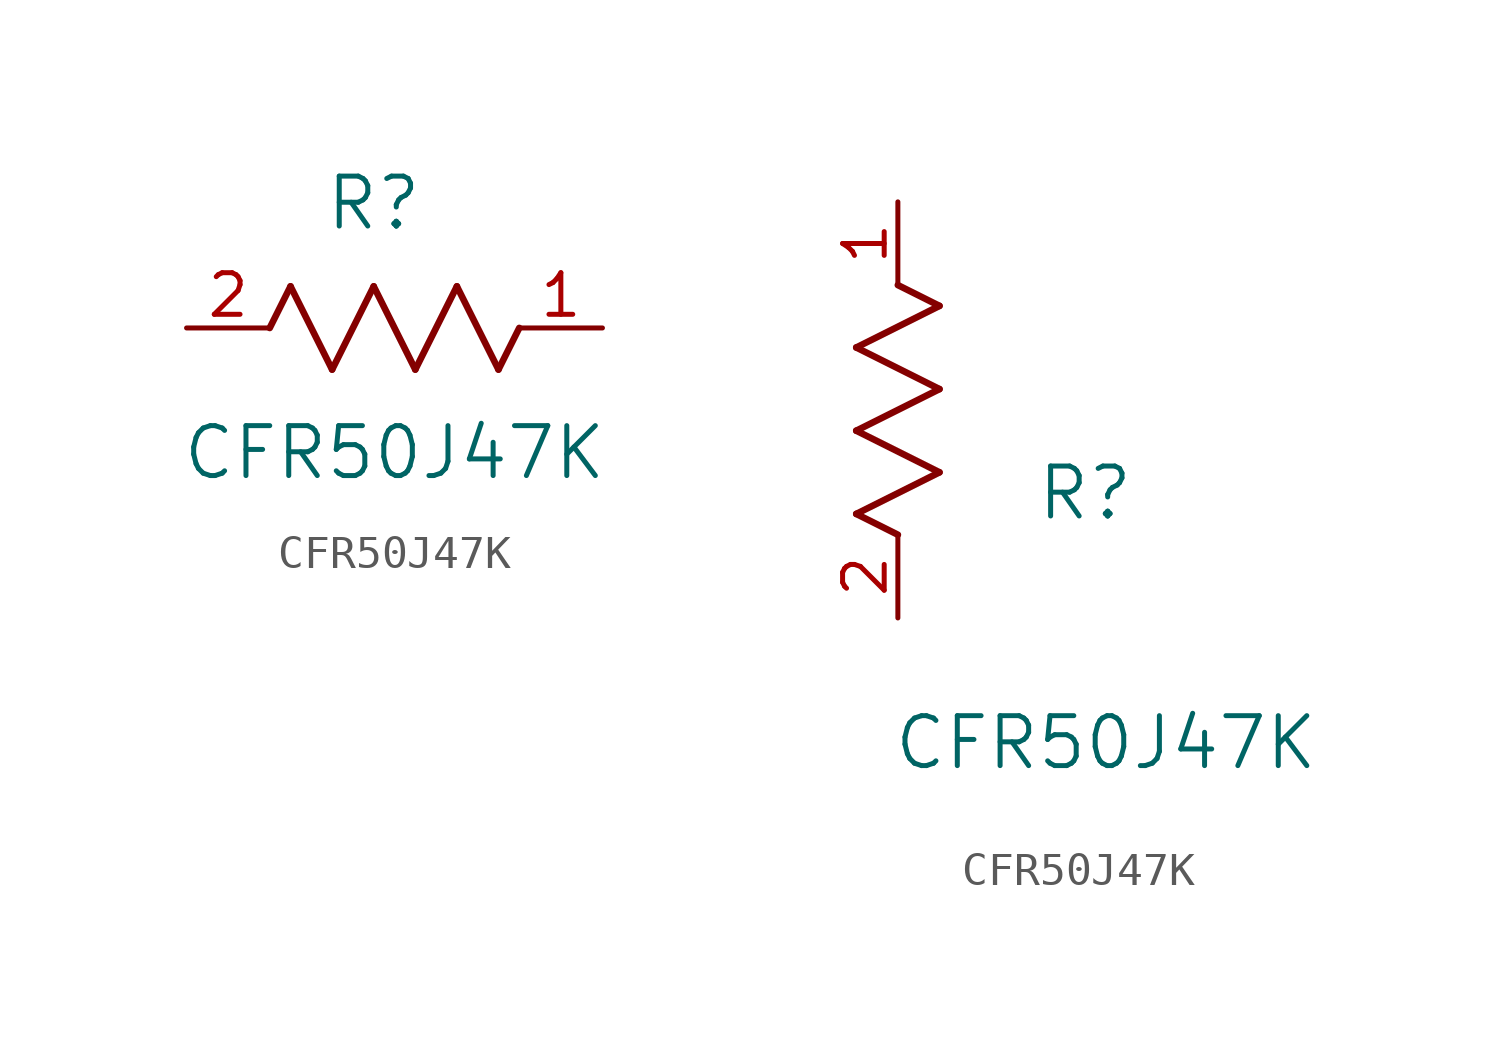
<source format=kicad_sym>
(kicad_symbol_lib
  (version 20211014)
  (generator kicad_symbol_editor)
  (symbol "CFR50J47K"
    (pin_names
      (offset 0.254))
    (property "Reference" "R"
      (at 5.715 3.81 0)
      (effects (font (size 1.524 1.524))))
    (property "Value" "CFR50J47K"
      (at 6.35 -3.81 0)
      (effects (font (size 1.524 1.524))))
    (symbol "CFR50J47K_1_1"
      (polyline (pts (xy 3.175 1.27) (xy 4.445 -1.27)) (stroke (width 0.203) (type default) (color 0 0 0 0)) (fill (type none)))
      (polyline (pts (xy 4.445 -1.27) (xy 5.715 1.27)) (stroke (width 0.203) (type default) (color 0 0 0 0)) (fill (type none)))
      (polyline (pts (xy 5.715 1.27) (xy 6.985 -1.27)) (stroke (width 0.203) (type default) (color 0 0 0 0)) (fill (type none)))
      (polyline (pts (xy 6.985 -1.27) (xy 8.255 1.27)) (stroke (width 0.203) (type default) (color 0 0 0 0)) (fill (type none)))
      (polyline (pts (xy 8.255 1.27) (xy 9.525 -1.27)) (stroke (width 0.203) (type default) (color 0 0 0 0)) (fill (type none)))
      (polyline (pts (xy 2.54 0) (xy 3.175 1.27)) (stroke (width 0.203) (type default) (color 0 0 0 0)) (fill (type none)))
      (polyline (pts (xy 9.525 -1.27) (xy 10.16 0)) (stroke (width 0.203) (type default) (color 0 0 0 0)) (fill (type none)))
      (pin unspecified line (at 0 0 0) (length 2.54) (name "" (effects (font (size 1.27 1.27)))) (number "2" (effects (font (size 1.27 1.27)))))
      (pin unspecified line (at 12.7 0 180) (length 2.54) (name "" (effects (font (size 1.27 1.27)))) (number "1" (effects (font (size 1.27 1.27))))))
    (symbol "CFR50J47K_1_2"
      (polyline (pts (xy 0 2.54) (xy -1.27 3.175)) (stroke (width 0.203) (type default) (color 0 0 0 0)) (fill (type none)))
      (polyline (pts (xy -1.27 3.175) (xy 1.27 4.445)) (stroke (width 0.203) (type default) (color 0 0 0 0)) (fill (type none)))
      (polyline (pts (xy 1.27 4.445) (xy -1.27 5.715)) (stroke (width 0.203) (type default) (color 0 0 0 0)) (fill (type none)))
      (polyline (pts (xy -1.27 5.715) (xy 1.27 6.985)) (stroke (width 0.203) (type default) (color 0 0 0 0)) (fill (type none)))
      (polyline (pts (xy -1.27 8.255) (xy 1.27 9.525)) (stroke (width 0.203) (type default) (color 0 0 0 0)) (fill (type none)))
      (polyline (pts (xy 1.27 9.525) (xy 0 10.16)) (stroke (width 0.203) (type default) (color 0 0 0 0)) (fill (type none)))
      (polyline (pts (xy 1.27 6.985) (xy -1.27 8.255)) (stroke (width 0.203) (type default) (color 0 0 0 0)) (fill (type none)))
      (pin unspecified line (at 0 0 90) (length 2.54) (name "" (effects (font (size 1.27 1.27)))) (number "2" (effects (font (size 1.27 1.27)))))
      (pin unspecified line (at 0 12.7 270) (length 2.54) (name "" (effects (font (size 1.27 1.27)))) (number "1" (effects (font (size 1.27 1.27))))))))
</source>
